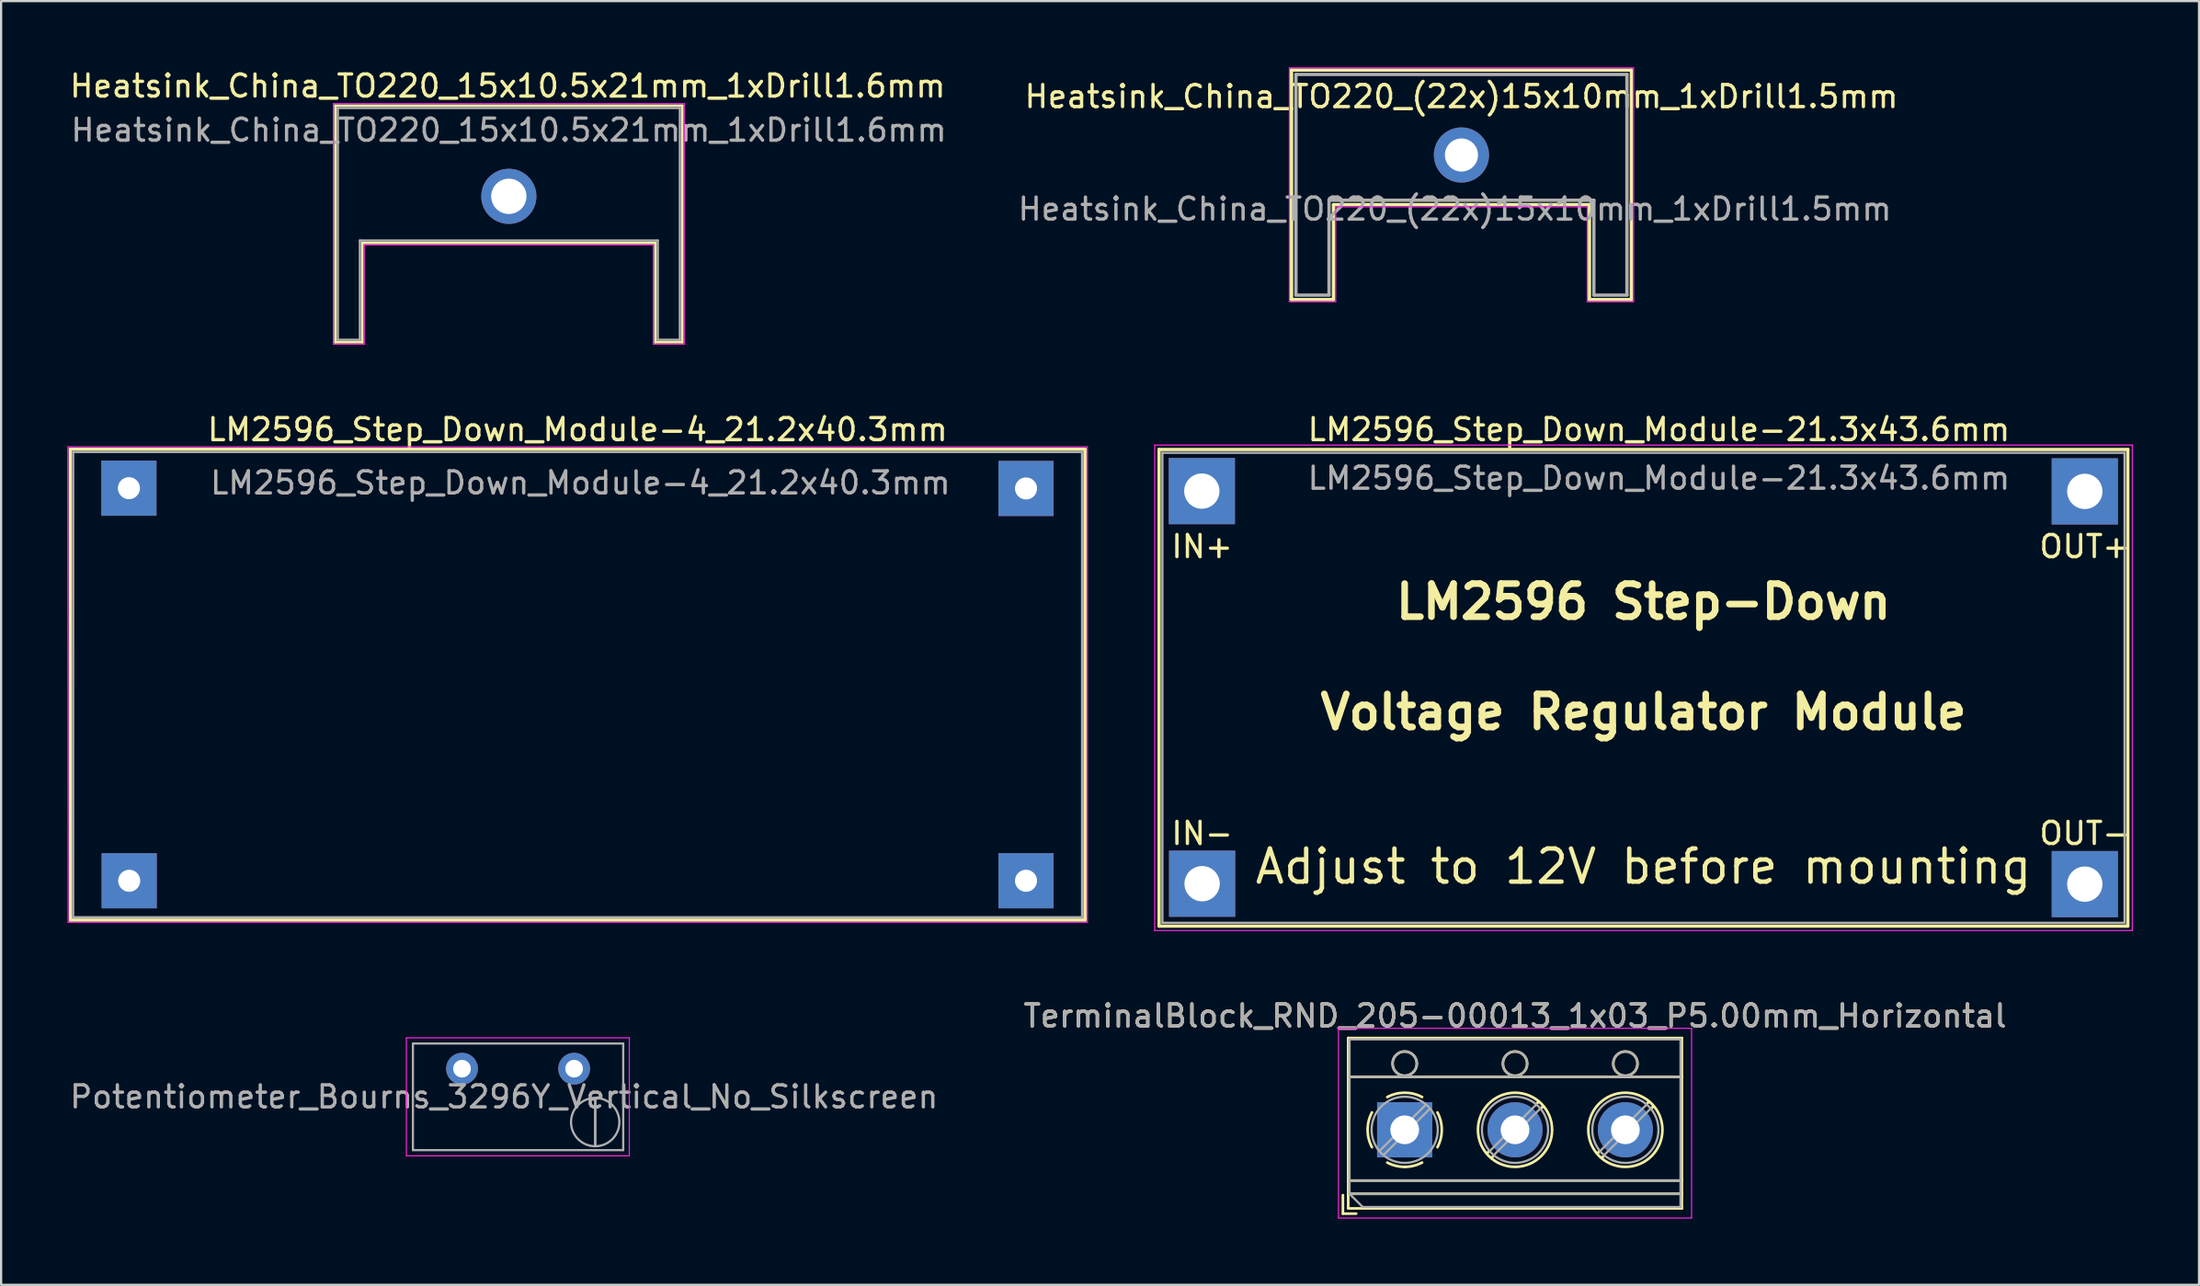
<source format=kicad_pcb>
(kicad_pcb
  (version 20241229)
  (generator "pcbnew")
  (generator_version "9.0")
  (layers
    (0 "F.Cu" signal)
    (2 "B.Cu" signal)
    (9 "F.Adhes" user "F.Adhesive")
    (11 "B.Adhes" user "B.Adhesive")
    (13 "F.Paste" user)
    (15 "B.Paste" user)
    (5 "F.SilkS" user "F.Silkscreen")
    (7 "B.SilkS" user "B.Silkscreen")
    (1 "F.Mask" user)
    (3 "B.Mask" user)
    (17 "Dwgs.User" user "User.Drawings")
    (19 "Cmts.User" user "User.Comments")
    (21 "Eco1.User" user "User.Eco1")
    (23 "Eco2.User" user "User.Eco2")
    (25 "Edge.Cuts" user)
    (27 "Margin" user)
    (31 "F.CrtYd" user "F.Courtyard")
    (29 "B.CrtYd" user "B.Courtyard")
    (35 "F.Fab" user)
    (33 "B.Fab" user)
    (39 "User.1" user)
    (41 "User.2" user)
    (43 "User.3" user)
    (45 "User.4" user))
  (footprint "LM2596_Step_Down_Module-21.3x43.6mm"
    (layer "F.Cu")
    (at 51.425 19.221)
    (property "Reference" "LM2596_Step_Down_Module-21.3x43.6mm" (at 20.7 -2.8 0) (layer "F.SilkS") (effects (font (size 1 1) (thickness 0.15))))
    (attr through_hole)
    (fp_line (start -1.95 -1.9) (end 41.95 -1.9) (stroke (width 0.15) (type solid)) (layer "F.SilkS"))
    (fp_line (start -1.95 19.7) (end -1.95 -1.9) (stroke (width 0.15) (type solid)) (layer "F.SilkS"))
    (fp_line (start 41.95 -1.9) (end 41.95 19.7) (stroke (width 0.15) (type solid)) (layer "F.SilkS"))
    (fp_line (start 41.95 19.7) (end -1.95 19.7) (stroke (width 0.15) (type solid)) (layer "F.SilkS"))
    (fp_line (start -2.15 -2.1) (end 42.15 -2.1) (stroke (width 0.05) (type solid)) (layer "F.CrtYd"))
    (fp_line (start -2.15 19.9) (end -2.15 -2.1) (stroke (width 0.05) (type solid)) (layer "F.CrtYd"))
    (fp_line (start 42.15 -2.1) (end 42.15 19.9) (stroke (width 0.05) (type solid)) (layer "F.CrtYd"))
    (fp_line (start 42.15 19.9) (end -2.15 19.9) (stroke (width 0.05) (type solid)) (layer "F.CrtYd"))
    (fp_line (start -1.8 -1.75) (end -1.8 19.55) (stroke (width 0.1) (type solid)) (layer "F.Fab"))
    (fp_line (start -1.8 -1.75) (end 41.8 -1.75) (stroke (width 0.1) (type solid)) (layer "F.Fab"))
    (fp_line (start 41.8 -1.75) (end 41.8 19.55) (stroke (width 0.1) (type solid)) (layer "F.Fab"))
    (fp_line (start 41.8 19.55) (end -1.8 19.55) (stroke (width 0.1) (type solid)) (layer "F.Fab"))
    (fp_text user "Voltage Regulator Module" (at 20 10 0) (layer "F.SilkS") (effects (font (size 1.5 1.5) (thickness 0.3))))
    (fp_text user "OUT-" (at 40 15.5 0) (layer "F.SilkS") (effects (font (size 1 1) (thickness 0.15))))
    (fp_text user "IN-" (at 0 15.5 0) (layer "F.SilkS") (effects (font (size 1 1) (thickness 0.15))))
    (fp_text user "OUT+" (at 40 2.5 0) (layer "F.SilkS") (effects (font (size 1 1) (thickness 0.15))))
    (fp_text user "LM2596 Step-Down" (at 20 5 0) (layer "F.SilkS") (effects (font (size 1.5 1.5) (thickness 0.3))))
    (fp_text user "IN+" (at 0 2.5 0) (layer "F.SilkS") (effects (font (size 1 1) (thickness 0.15))))
    (fp_text user "Adjust to 12V before mounting" (at 20 17 0) (layer "F.SilkS") (effects (font (size 1.5 1.5) (thickness 0.2))))
    (fp_text user "${REFERENCE}" (at 20.7 -0.6 0) (layer "F.Fab") (effects (font (size 1 1) (thickness 0.15))))
    (pad "1" thru_hole rect (at -0.013 -0.013) (size 3 3) (drill 1.6) (layers "*.Cu" "*.Mask"))
    (pad "2" thru_hole rect (at 0 17.78) (size 3 3) (drill 1.6) (layers "*.Cu" "*.Mask"))
    (pad "3" thru_hole rect (at 40 0) (size 3 3) (drill 1.6) (layers "*.Cu" "*.Mask"))
    (pad "4" thru_hole rect (at 40 17.8) (size 3 3) (drill 1.6) (layers "*.Cu" "*.Mask")))
  (footprint "Potentiometer_Bourns_3296Y_Vertical_No_Silkscreen"
    (layer "F.Cu")
    (at 22.967 45.385)
    (property "Reference" "Potentiometer_Bourns_3296Y_Vertical_No_Silkscreen" (at -2.54 -2.39 0) (layer "Eco1.User") (effects (font (size 1 1) (thickness 0.15))))
    (attr through_hole)
    (fp_line (start -7.425 -1.26) (end -7.425 3.81) (stroke (width 0.12) (type solid)) (layer "Eco1.User"))
    (fp_line (start -7.425 -1.26) (end 2.345 -1.26) (stroke (width 0.12) (type solid)) (layer "Eco1.User"))
    (fp_line (start -7.425 3.81) (end 2.345 3.81) (stroke (width 0.12) (type solid)) (layer "Eco1.User"))
    (fp_line (start 2.345 -1.26) (end 2.345 3.81) (stroke (width 0.12) (type solid)) (layer "Eco1.User"))
    (fp_line (start -7.6 -1.4) (end -7.6 3.95) (stroke (width 0.05) (type solid)) (layer "F.CrtYd"))
    (fp_line (start -7.6 3.95) (end 2.5 3.95) (stroke (width 0.05) (type solid)) (layer "F.CrtYd"))
    (fp_line (start 2.5 -1.4) (end -7.6 -1.4) (stroke (width 0.05) (type solid)) (layer "F.CrtYd"))
    (fp_line (start 2.5 3.95) (end 2.5 -1.4) (stroke (width 0.05) (type solid)) (layer "F.CrtYd"))
    (fp_line (start -7.305 -1.14) (end -7.305 3.69) (stroke (width 0.1) (type solid)) (layer "F.Fab"))
    (fp_line (start -7.305 3.69) (end 2.225 3.69) (stroke (width 0.1) (type solid)) (layer "F.Fab"))
    (fp_line (start 0.955 3.505) (end 0.956 1.336) (stroke (width 0.1) (type solid)) (layer "F.Fab"))
    (fp_line (start 0.955 3.505) (end 0.956 1.336) (stroke (width 0.1) (type solid)) (layer "F.Fab"))
    (fp_line (start 2.225 -1.14) (end -7.305 -1.14) (stroke (width 0.1) (type solid)) (layer "F.Fab"))
    (fp_line (start 2.225 3.69) (end 2.225 -1.14) (stroke (width 0.1) (type solid)) (layer "F.Fab"))
    (fp_circle (center 0.955 2.42) (end 2.05 2.42) (stroke (width 0.1) (type solid)) (fill no) (layer "F.Fab"))
    (fp_text user "${REFERENCE}" (at -3.175 1.275 0) (layer "F.Fab") (effects (font (size 1 1) (thickness 0.15))))
    (pad "1" thru_hole circle (at 0 0) (size 1.44 1.44) (drill 0.8) (layers "*.Cu" "*.Mask"))
    (pad "3" thru_hole circle (at -5.08 0) (size 1.44 1.44) (drill 0.8) (layers "*.Cu" "*.Mask")))
  (footprint "LM2596_Step_Down_Module-4_21.2x40.3mm"
    (layer "F.Cu")
    (at 2.805 19.088)
    (property "Reference" "LM2596_Step_Down_Module-4_21.2x40.3mm" (at 20.32 -2.667 0) (layer "F.SilkS") (effects (font (size 1 1) (thickness 0.15))))
    (attr through_hole)
    (fp_line (start -2.67 -1.781) (end 43.31 -1.781) (stroke (width 0.15) (type solid)) (layer "F.SilkS"))
    (fp_line (start -2.66 19.561) (end -2.67 -1.781) (stroke (width 0.15) (type solid)) (layer "F.SilkS"))
    (fp_line (start 43.31 -1.78) (end 43.31 19.561) (stroke (width 0.15) (type solid)) (layer "F.SilkS"))
    (fp_line (start 43.31 19.561) (end -2.66 19.561) (stroke (width 0.15) (type solid)) (layer "F.SilkS"))
    (fp_line (start -2.78 -1.891) (end 43.42 -1.891) (stroke (width 0.05) (type solid)) (layer "F.CrtYd"))
    (fp_line (start -2.77 19.661) (end -2.78 -1.891) (stroke (width 0.05) (type solid)) (layer "F.CrtYd"))
    (fp_line (start 43.42 -1.89) (end 43.42 19.661) (stroke (width 0.05) (type solid)) (layer "F.CrtYd"))
    (fp_line (start 43.42 19.661) (end -2.77 19.661) (stroke (width 0.05) (type solid)) (layer "F.CrtYd"))
    (fp_line (start -2.54 -1.651) (end 43.18 -1.651) (stroke (width 0.1) (type solid)) (layer "F.Fab"))
    (fp_line (start -2.54 19.431) (end -2.54 -1.651) (stroke (width 0.1) (type solid)) (layer "F.Fab"))
    (fp_line (start 43.18 -1.651) (end 43.18 19.431) (stroke (width 0.1) (type solid)) (layer "F.Fab"))
    (fp_line (start 43.18 19.431) (end -2.54 19.431) (stroke (width 0.1) (type solid)) (layer "F.Fab"))
    (fp_text user "${REFERENCE}" (at 20.447 -0.254 0) (layer "F.Fab") (effects (font (size 1 1) (thickness 0.15))))
    (pad "1" thru_hole rect (at -0.013 -0.013) (size 2.5 2.5) (drill 1) (layers "*.Cu" "*.Mask"))
    (pad "2" thru_hole rect (at 0 17.78) (size 2.5 2.5) (drill 1) (layers "*.Cu" "*.Mask"))
    (pad "3" thru_hole rect (at 40.64 0) (size 2.5 2.5) (drill 1) (layers "*.Cu" "*.Mask"))
    (pad "4" thru_hole rect (at 40.64 17.78) (size 2.5 2.5) (drill 1) (layers "*.Cu" "*.Mask")))
  (footprint "Heatsink_China_TO220_15x10.5x21mm_1xDrill1.6mm"
    (layer "F.Cu")
    (at 20.008 5.848)
    (property "Reference" "Heatsink_China_TO220_15x10.5x21mm_1xDrill1.6mm" (at -0.05 -5 0) (layer "F.SilkS") (effects (font (size 1 1) (thickness 0.15))))
    (attr through_hole)
    (fp_line (start -7.86 -4.11) (end -7.86 6.61) (stroke (width 0.12) (type solid)) (layer "F.SilkS"))
    (fp_line (start -7.86 -4.11) (end 7.86 -4.11) (stroke (width 0.12) (type solid)) (layer "F.SilkS"))
    (fp_line (start -7.86 6.61) (end -6.64 6.61) (stroke (width 0.12) (type solid)) (layer "F.SilkS"))
    (fp_line (start -6.64 2.11) (end 6.64 2.11) (stroke (width 0.12) (type solid)) (layer "F.SilkS"))
    (fp_line (start -6.64 6.61) (end -6.64 2.11) (stroke (width 0.12) (type solid)) (layer "F.SilkS"))
    (fp_line (start 6.64 2.11) (end 6.64 6.61) (stroke (width 0.12) (type solid)) (layer "F.SilkS"))
    (fp_line (start 6.64 6.61) (end 7.86 6.61) (stroke (width 0.12) (type solid)) (layer "F.SilkS"))
    (fp_line (start 7.86 -4.11) (end 7.86 6.61) (stroke (width 0.12) (type solid)) (layer "F.SilkS"))
    (fp_line (start -7.95 -4.2) (end -7.95 6.7) (stroke (width 0.05) (type solid)) (layer "F.CrtYd"))
    (fp_line (start -7.95 6.7) (end -6.55 6.7) (stroke (width 0.05) (type solid)) (layer "F.CrtYd"))
    (fp_line (start -6.55 2.2) (end -6.55 6.7) (stroke (width 0.05) (type solid)) (layer "F.CrtYd"))
    (fp_line (start -6.55 2.2) (end 6.55 2.2) (stroke (width 0.05) (type solid)) (layer "F.CrtYd"))
    (fp_line (start 6.55 2.2) (end 6.55 6.7) (stroke (width 0.05) (type solid)) (layer "F.CrtYd"))
    (fp_line (start 6.55 6.7) (end 7.95 6.7) (stroke (width 0.05) (type solid)) (layer "F.CrtYd"))
    (fp_line (start 7.95 -4.2) (end -7.95 -4.2) (stroke (width 0.05) (type solid)) (layer "F.CrtYd"))
    (fp_line (start 7.95 6.7) (end 7.95 -4.2) (stroke (width 0.05) (type solid)) (layer "F.CrtYd"))
    (fp_line (start -7.75 -4) (end -7.75 6.5) (stroke (width 0.1) (type solid)) (layer "F.Fab"))
    (fp_line (start -7.75 6.5) (end -6.75 6.5) (stroke (width 0.1) (type solid)) (layer "F.Fab"))
    (fp_line (start -6.75 2) (end 6.75 2) (stroke (width 0.1) (type solid)) (layer "F.Fab"))
    (fp_line (start -6.75 6.5) (end -6.75 2) (stroke (width 0.1) (type solid)) (layer "F.Fab"))
    (fp_line (start 6.75 2) (end 6.75 6.5) (stroke (width 0.1) (type solid)) (layer "F.Fab"))
    (fp_line (start 6.75 6.5) (end 7.75 6.5) (stroke (width 0.1) (type solid)) (layer "F.Fab"))
    (fp_line (start 7.75 -4) (end -7.75 -4) (stroke (width 0.1) (type solid)) (layer "F.Fab"))
    (fp_line (start 7.75 -4) (end 7.75 6.5) (stroke (width 0.1) (type solid)) (layer "F.Fab"))
    (fp_text user "${REFERENCE}" (at 0 -3 0) (layer "F.Fab") (effects (font (size 1 1) (thickness 0.15))))
    (pad "1" thru_hole circle (at 0 0) (size 2.5 2.5) (drill 1.6) (layers "*.Cu" "*.Mask")))
  (footprint "Heatsink_China_TO220_(22x)15x10mm_1xDrill1.5mm"
    (layer "F.Cu")
    (at 63.227 3.975)
    (property "Reference" "Heatsink_China_TO220_(22x)15x10mm_1xDrill1.5mm" (at -0.05 -2.65 0) (layer "F.SilkS") (effects (font (size 1 1) (thickness 0.15))))
    (attr through_hole)
    (fp_line (start -7.75 -3.85) (end 7.65 -3.85) (stroke (width 0.15) (type solid)) (layer "F.SilkS"))
    (fp_line (start -7.75 6.55) (end -7.75 -3.85) (stroke (width 0.15) (type solid)) (layer "F.SilkS"))
    (fp_line (start -5.85 2.25) (end -5.85 6.55) (stroke (width 0.15) (type solid)) (layer "F.SilkS"))
    (fp_line (start -5.85 6.55) (end -7.75 6.55) (stroke (width 0.15) (type solid)) (layer "F.SilkS"))
    (fp_line (start 5.75 2.25) (end -5.85 2.25) (stroke (width 0.15) (type solid)) (layer "F.SilkS"))
    (fp_line (start 5.75 6.55) (end 5.75 2.25) (stroke (width 0.15) (type solid)) (layer "F.SilkS"))
    (fp_line (start 7.65 -3.85) (end 7.65 6.55) (stroke (width 0.15) (type solid)) (layer "F.SilkS"))
    (fp_line (start 7.65 6.55) (end 5.75 6.55) (stroke (width 0.15) (type solid)) (layer "F.SilkS"))
    (fp_line (start -7.85 -3.95) (end -7.85 6.65) (stroke (width 0.05) (type solid)) (layer "F.CrtYd"))
    (fp_line (start -7.85 6.65) (end -5.75 6.65) (stroke (width 0.05) (type solid)) (layer "F.CrtYd"))
    (fp_line (start -5.75 2.35) (end 5.65 2.35) (stroke (width 0.05) (type solid)) (layer "F.CrtYd"))
    (fp_line (start -5.75 6.65) (end -5.75 2.35) (stroke (width 0.05) (type solid)) (layer "F.CrtYd"))
    (fp_line (start 5.65 2.35) (end 5.65 6.65) (stroke (width 0.05) (type solid)) (layer "F.CrtYd"))
    (fp_line (start 5.65 6.65) (end 7.75 6.65) (stroke (width 0.05) (type solid)) (layer "F.CrtYd"))
    (fp_line (start 7.75 -3.95) (end -7.85 -3.95) (stroke (width 0.05) (type solid)) (layer "F.CrtYd"))
    (fp_line (start 7.75 6.65) (end 7.75 -3.95) (stroke (width 0.05) (type solid)) (layer "F.CrtYd"))
    (fp_line (start -7.55 -3.65) (end -7.55 6.35) (stroke (width 0.15) (type solid)) (layer "F.Fab"))
    (fp_line (start -7.55 6.35) (end -6.05 6.35) (stroke (width 0.15) (type solid)) (layer "F.Fab"))
    (fp_line (start -6.05 2.05) (end 5.95 2.05) (stroke (width 0.15) (type solid)) (layer "F.Fab"))
    (fp_line (start -6.05 6.35) (end -6.05 2.05) (stroke (width 0.15) (type solid)) (layer "F.Fab"))
    (fp_line (start 5.95 2.05) (end 5.95 6.35) (stroke (width 0.15) (type solid)) (layer "F.Fab"))
    (fp_line (start 5.95 6.35) (end 7.45 6.35) (stroke (width 0.15) (type solid)) (layer "F.Fab"))
    (fp_line (start 7.45 -3.65) (end -7.55 -3.65) (stroke (width 0.15) (type solid)) (layer "F.Fab"))
    (fp_line (start 7.45 6.35) (end 7.45 -3.65) (stroke (width 0.15) (type solid)) (layer "F.Fab"))
    (fp_text user "${REFERENCE}" (at -0.35 2.45 0) (layer "F.Fab") (effects (font (size 1 1) (thickness 0.15))))
    (pad "1" thru_hole circle (at -0.05 0) (size 2.5 2.5) (drill 1.5) (layers "*.Cu" "*.Mask")))
  (footprint "TerminalBlock_RND_205-00013_1x03_P5.00mm_Horizontal"
    (layer "F.Cu")
    (at 60.605 48.155)
    (property "Reference" "TerminalBlock_RND_205-00013_1x03_P5.00mm_Horizontal" (at 5 -5.16 0) (layer "F.SilkS") (effects (font (size 1 1) (thickness 0.15))))
    (attr through_hole)
    (fp_line (start -2.8 2.96) (end -2.8 3.8) (stroke (width 0.12) (type solid)) (layer "F.SilkS"))
    (fp_line (start -2.8 3.8) (end -2.2 3.8) (stroke (width 0.12) (type solid)) (layer "F.SilkS"))
    (fp_line (start -2.56 -4.16) (end -2.56 3.561) (stroke (width 0.12) (type solid)) (layer "F.SilkS"))
    (fp_line (start -2.56 -4.16) (end 12.56 -4.16) (stroke (width 0.12) (type solid)) (layer "F.SilkS"))
    (fp_line (start -2.56 -2.4) (end 12.56 -2.4) (stroke (width 0.12) (type solid)) (layer "F.SilkS"))
    (fp_line (start -2.56 2.3) (end 12.56 2.3) (stroke (width 0.12) (type solid)) (layer "F.SilkS"))
    (fp_line (start -2.56 2.9) (end 12.56 2.9) (stroke (width 0.12) (type solid)) (layer "F.SilkS"))
    (fp_line (start -2.56 3.561) (end 12.56 3.561) (stroke (width 0.12) (type solid)) (layer "F.SilkS"))
    (fp_line (start 3.82 0.976) (end 3.726 1.069) (stroke (width 0.12) (type solid)) (layer "F.SilkS"))
    (fp_line (start 3.99 1.216) (end 3.931 1.274) (stroke (width 0.12) (type solid)) (layer "F.SilkS"))
    (fp_line (start 6.07 -1.275) (end 6.011 -1.216) (stroke (width 0.12) (type solid)) (layer "F.SilkS"))
    (fp_line (start 6.275 -1.069) (end 6.181 -0.976) (stroke (width 0.12) (type solid)) (layer "F.SilkS"))
    (fp_line (start 8.82 0.976) (end 8.726 1.069) (stroke (width 0.12) (type solid)) (layer "F.SilkS"))
    (fp_line (start 8.99 1.216) (end 8.931 1.274) (stroke (width 0.12) (type solid)) (layer "F.SilkS"))
    (fp_line (start 11.07 -1.275) (end 11.011 -1.216) (stroke (width 0.12) (type solid)) (layer "F.SilkS"))
    (fp_line (start 11.275 -1.069) (end 11.181 -0.976) (stroke (width 0.12) (type solid)) (layer "F.SilkS"))
    (fp_line (start 12.56 -4.16) (end 12.56 3.561) (stroke (width 0.12) (type solid)) (layer "F.SilkS"))
    (fp_arc (start -1.483953 0.789089) (mid -1.680708 0.00005) (end -1.484 -0.789) (stroke (width 0.12) (type solid)) (layer "F.SilkS"))
    (fp_arc (start -0.789089 -1.483953) (mid -0.00005 -1.680708) (end 0.789 -1.484) (stroke (width 0.12) (type solid)) (layer "F.SilkS"))
    (fp_arc (start 0.029383 1.68045) (mid -0.392304 1.634281) (end -0.789 1.484) (stroke (width 0.12) (type solid)) (layer "F.SilkS"))
    (fp_arc (start 0.788712 1.483352) (mid 0.406429 1.630097) (end 0 1.68) (stroke (width 0.12) (type solid)) (layer "F.SilkS"))
    (fp_arc (start 1.483953 -0.789089) (mid 1.680708 -0.00005) (end 1.484 0.789) (stroke (width 0.12) (type solid)) (layer "F.SilkS"))
    (fp_circle (center 0 -3) (end 0.55 -3) (stroke (width 0.12) (type solid)) (fill no) (layer "F.SilkS"))
    (fp_circle (center 5 -3) (end 5.55 -3) (stroke (width 0.12) (type solid)) (fill no) (layer "F.SilkS"))
    (fp_circle (center 5 0) (end 6.68 0) (stroke (width 0.12) (type solid)) (fill no) (layer "F.SilkS"))
    (fp_circle (center 10 -3) (end 10.55 -3) (stroke (width 0.12) (type solid)) (fill no) (layer "F.SilkS"))
    (fp_circle (center 10 0) (end 11.68 0) (stroke (width 0.12) (type solid)) (fill no) (layer "F.SilkS"))
    (fp_line (start -3 -4.6) (end -3 4) (stroke (width 0.05) (type solid)) (layer "F.CrtYd"))
    (fp_line (start -3 4) (end 13 4) (stroke (width 0.05) (type solid)) (layer "F.CrtYd"))
    (fp_line (start 13 -4.6) (end -3 -4.6) (stroke (width 0.05) (type solid)) (layer "F.CrtYd"))
    (fp_line (start 13 4) (end 13 -4.6) (stroke (width 0.05) (type solid)) (layer "F.CrtYd"))
    (fp_line (start -2.5 -4.1) (end 12.5 -4.1) (stroke (width 0.1) (type solid)) (layer "F.Fab"))
    (fp_line (start -2.5 -2.4) (end 12.5 -2.4) (stroke (width 0.1) (type solid)) (layer "F.Fab"))
    (fp_line (start -2.5 2.3) (end 12.5 2.3) (stroke (width 0.1) (type solid)) (layer "F.Fab"))
    (fp_line (start -2.5 2.9) (end -2.5 -4.1) (stroke (width 0.1) (type solid)) (layer "F.Fab"))
    (fp_line (start -2.5 2.9) (end 12.5 2.9) (stroke (width 0.1) (type solid)) (layer "F.Fab"))
    (fp_line (start -1.9 3.5) (end -2.5 2.9) (stroke (width 0.1) (type solid)) (layer "F.Fab"))
    (fp_line (start 0.955 -1.138) (end -1.138 0.955) (stroke (width 0.1) (type solid)) (layer "F.Fab"))
    (fp_line (start 1.138 -0.955) (end -0.955 1.138) (stroke (width 0.1) (type solid)) (layer "F.Fab"))
    (fp_line (start 5.955 -1.138) (end 3.863 0.955) (stroke (width 0.1) (type solid)) (layer "F.Fab"))
    (fp_line (start 6.138 -0.955) (end 4.046 1.138) (stroke (width 0.1) (type solid)) (layer "F.Fab"))
    (fp_line (start 10.955 -1.138) (end 8.863 0.955) (stroke (width 0.1) (type solid)) (layer "F.Fab"))
    (fp_line (start 11.138 -0.955) (end 9.046 1.138) (stroke (width 0.1) (type solid)) (layer "F.Fab"))
    (fp_line (start 12.5 -4.1) (end 12.5 3.5) (stroke (width 0.1) (type solid)) (layer "F.Fab"))
    (fp_line (start 12.5 3.5) (end -1.9 3.5) (stroke (width 0.1) (type solid)) (layer "F.Fab"))
    (fp_circle (center 0 -3) (end 0.55 -3) (stroke (width 0.1) (type solid)) (fill no) (layer "F.Fab"))
    (fp_circle (center 0 0) (end 1.5 0) (stroke (width 0.1) (type solid)) (fill no) (layer "F.Fab"))
    (fp_circle (center 5 -3) (end 5.55 -3) (stroke (width 0.1) (type solid)) (fill no) (layer "F.Fab"))
    (fp_circle (center 5 0) (end 6.5 0) (stroke (width 0.1) (type solid)) (fill no) (layer "F.Fab"))
    (fp_circle (center 10 -3) (end 10.55 -3) (stroke (width 0.1) (type solid)) (fill no) (layer "F.Fab"))
    (fp_circle (center 10 0) (end 11.5 0) (stroke (width 0.1) (type solid)) (fill no) (layer "F.Fab"))
    (fp_text user "${REFERENCE}" (at 5 -5.16 0) (layer "F.Fab") (effects (font (size 1 1) (thickness 0.15))))
    (pad "1" thru_hole rect (at 0 0) (size 2.5 2.5) (drill 1.3) (layers "*.Cu" "*.Mask"))
    (pad "2" thru_hole circle (at 5 0) (size 2.5 2.5) (drill 1.3) (layers "*.Cu" "*.Mask"))
    (pad "3" thru_hole circle (at 10 0) (size 2.5 2.5) (drill 1.3) (layers "*.Cu" "*.Mask")))
  (gr_rect
    (start -3 -3)
    (end 96.6 55.18)
    (stroke (width 0.1) (type default))
    (fill no)
    (layer "Edge.Cuts")))
</source>
